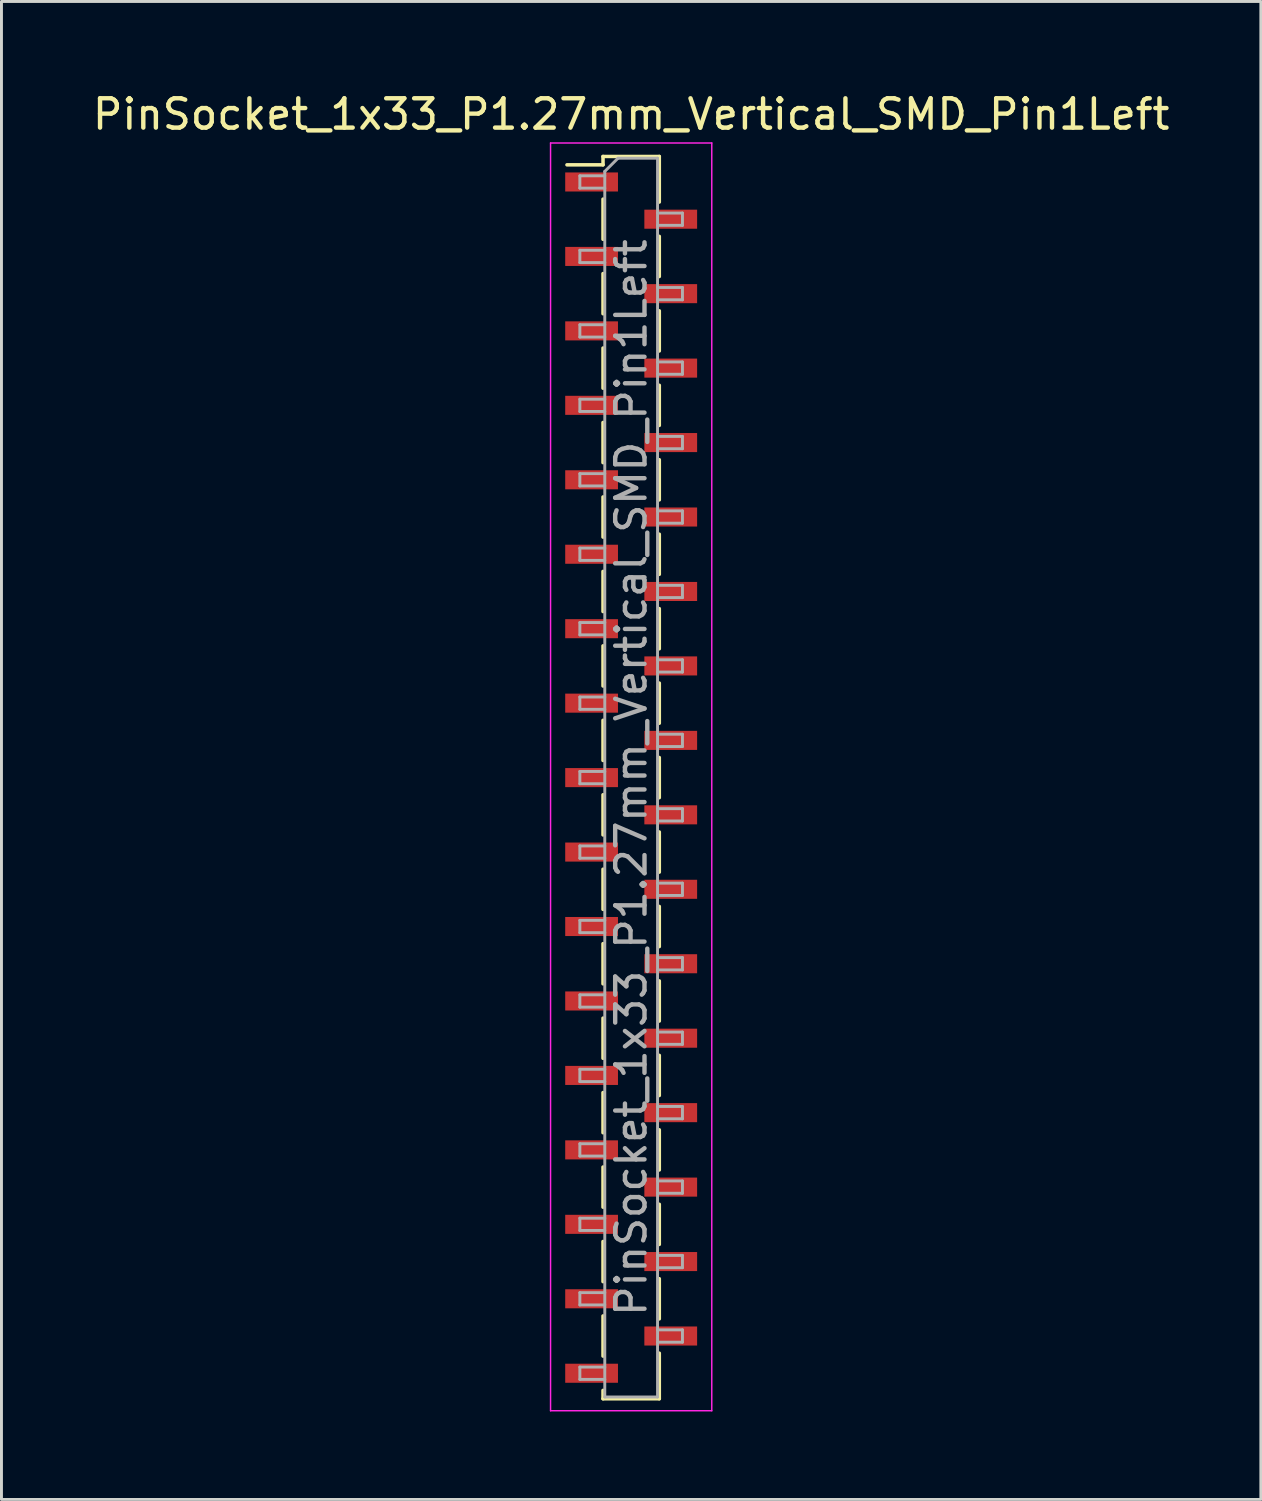
<source format=kicad_pcb>
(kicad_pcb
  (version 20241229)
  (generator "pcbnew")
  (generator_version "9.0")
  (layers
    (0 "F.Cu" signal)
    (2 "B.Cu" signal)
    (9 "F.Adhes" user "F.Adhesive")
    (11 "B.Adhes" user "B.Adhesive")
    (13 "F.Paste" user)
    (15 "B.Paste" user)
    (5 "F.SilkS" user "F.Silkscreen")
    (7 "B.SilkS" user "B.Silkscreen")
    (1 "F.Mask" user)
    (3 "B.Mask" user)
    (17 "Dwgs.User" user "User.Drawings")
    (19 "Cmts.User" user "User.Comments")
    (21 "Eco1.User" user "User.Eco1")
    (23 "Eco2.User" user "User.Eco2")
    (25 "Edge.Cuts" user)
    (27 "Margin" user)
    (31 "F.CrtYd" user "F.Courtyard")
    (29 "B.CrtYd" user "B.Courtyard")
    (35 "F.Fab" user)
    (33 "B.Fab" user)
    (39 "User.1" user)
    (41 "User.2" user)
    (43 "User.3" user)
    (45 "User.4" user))
  (footprint "PinSocket_1x33_P1.27mm_Vertical_SMD_Pin1Left"
    (layer "F.Cu")
    (at 18.482 23.478)
    (property "Reference" "PinSocket_1x33_P1.27mm_Vertical_SMD_Pin1Left" (at 0 -22.63 0) (layer "F.SilkS") (effects (font (size 1 1) (thickness 0.15))))
    (attr smd)
    (fp_line (start -2.19 -20.905) (end -0.96 -20.905) (stroke (width 0.12) (type solid)) (layer "F.SilkS"))
    (fp_line (start -0.96 -21.19) (end -0.96 -20.905) (stroke (width 0.12) (type solid)) (layer "F.SilkS"))
    (fp_line (start -0.96 -21.19) (end 0.96 -21.19) (stroke (width 0.12) (type solid)) (layer "F.SilkS"))
    (fp_line (start -0.96 -19.735) (end -0.96 -18.365) (stroke (width 0.12) (type solid)) (layer "F.SilkS"))
    (fp_line (start -0.96 -17.195) (end -0.96 -15.825) (stroke (width 0.12) (type solid)) (layer "F.SilkS"))
    (fp_line (start -0.96 -14.655) (end -0.96 -13.285) (stroke (width 0.12) (type solid)) (layer "F.SilkS"))
    (fp_line (start -0.96 -12.115) (end -0.96 -10.745) (stroke (width 0.12) (type solid)) (layer "F.SilkS"))
    (fp_line (start -0.96 -9.575) (end -0.96 -8.205) (stroke (width 0.12) (type solid)) (layer "F.SilkS"))
    (fp_line (start -0.96 -7.035) (end -0.96 -5.665) (stroke (width 0.12) (type solid)) (layer "F.SilkS"))
    (fp_line (start -0.96 -4.495) (end -0.96 -3.125) (stroke (width 0.12) (type solid)) (layer "F.SilkS"))
    (fp_line (start -0.96 -1.955) (end -0.96 -0.585) (stroke (width 0.12) (type solid)) (layer "F.SilkS"))
    (fp_line (start -0.96 0.585) (end -0.96 1.955) (stroke (width 0.12) (type solid)) (layer "F.SilkS"))
    (fp_line (start -0.96 3.125) (end -0.96 4.495) (stroke (width 0.12) (type solid)) (layer "F.SilkS"))
    (fp_line (start -0.96 5.665) (end -0.96 7.035) (stroke (width 0.12) (type solid)) (layer "F.SilkS"))
    (fp_line (start -0.96 8.205) (end -0.96 9.575) (stroke (width 0.12) (type solid)) (layer "F.SilkS"))
    (fp_line (start -0.96 10.745) (end -0.96 12.115) (stroke (width 0.12) (type solid)) (layer "F.SilkS"))
    (fp_line (start -0.96 13.285) (end -0.96 14.655) (stroke (width 0.12) (type solid)) (layer "F.SilkS"))
    (fp_line (start -0.96 15.825) (end -0.96 17.195) (stroke (width 0.12) (type solid)) (layer "F.SilkS"))
    (fp_line (start -0.96 18.365) (end -0.96 19.735) (stroke (width 0.12) (type solid)) (layer "F.SilkS"))
    (fp_line (start -0.96 20.905) (end -0.96 21.19) (stroke (width 0.12) (type solid)) (layer "F.SilkS"))
    (fp_line (start -0.96 21.19) (end 0.96 21.19) (stroke (width 0.12) (type solid)) (layer "F.SilkS"))
    (fp_line (start 0.96 -21.19) (end 0.96 -19.635) (stroke (width 0.12) (type solid)) (layer "F.SilkS"))
    (fp_line (start 0.96 -18.465) (end 0.96 -17.095) (stroke (width 0.12) (type solid)) (layer "F.SilkS"))
    (fp_line (start 0.96 -15.925) (end 0.96 -14.555) (stroke (width 0.12) (type solid)) (layer "F.SilkS"))
    (fp_line (start 0.96 -13.385) (end 0.96 -12.015) (stroke (width 0.12) (type solid)) (layer "F.SilkS"))
    (fp_line (start 0.96 -10.845) (end 0.96 -9.475) (stroke (width 0.12) (type solid)) (layer "F.SilkS"))
    (fp_line (start 0.96 -8.305) (end 0.96 -6.935) (stroke (width 0.12) (type solid)) (layer "F.SilkS"))
    (fp_line (start 0.96 -5.765) (end 0.96 -4.395) (stroke (width 0.12) (type solid)) (layer "F.SilkS"))
    (fp_line (start 0.96 -3.225) (end 0.96 -1.855) (stroke (width 0.12) (type solid)) (layer "F.SilkS"))
    (fp_line (start 0.96 -0.685) (end 0.96 0.685) (stroke (width 0.12) (type solid)) (layer "F.SilkS"))
    (fp_line (start 0.96 1.855) (end 0.96 3.225) (stroke (width 0.12) (type solid)) (layer "F.SilkS"))
    (fp_line (start 0.96 4.395) (end 0.96 5.765) (stroke (width 0.12) (type solid)) (layer "F.SilkS"))
    (fp_line (start 0.96 6.935) (end 0.96 8.305) (stroke (width 0.12) (type solid)) (layer "F.SilkS"))
    (fp_line (start 0.96 9.475) (end 0.96 10.845) (stroke (width 0.12) (type solid)) (layer "F.SilkS"))
    (fp_line (start 0.96 12.015) (end 0.96 13.385) (stroke (width 0.12) (type solid)) (layer "F.SilkS"))
    (fp_line (start 0.96 14.555) (end 0.96 15.925) (stroke (width 0.12) (type solid)) (layer "F.SilkS"))
    (fp_line (start 0.96 17.095) (end 0.96 18.465) (stroke (width 0.12) (type solid)) (layer "F.SilkS"))
    (fp_line (start 0.96 19.635) (end 0.96 21.19) (stroke (width 0.12) (type solid)) (layer "F.SilkS"))
    (fp_line (start -2.75 -21.65) (end 2.75 -21.65) (stroke (width 0.05) (type solid)) (layer "F.CrtYd"))
    (fp_line (start -2.75 21.6) (end -2.75 -21.65) (stroke (width 0.05) (type solid)) (layer "F.CrtYd"))
    (fp_line (start 2.75 -21.65) (end 2.75 21.6) (stroke (width 0.05) (type solid)) (layer "F.CrtYd"))
    (fp_line (start 2.75 21.6) (end -2.75 21.6) (stroke (width 0.05) (type solid)) (layer "F.CrtYd"))
    (fp_line (start -1.75 -20.53) (end -0.9 -20.53) (stroke (width 0.1) (type solid)) (layer "F.Fab"))
    (fp_line (start -1.75 -20.11) (end -1.75 -20.53) (stroke (width 0.1) (type solid)) (layer "F.Fab"))
    (fp_line (start -1.75 -17.99) (end -0.9 -17.99) (stroke (width 0.1) (type solid)) (layer "F.Fab"))
    (fp_line (start -1.75 -17.57) (end -1.75 -17.99) (stroke (width 0.1) (type solid)) (layer "F.Fab"))
    (fp_line (start -1.75 -15.45) (end -0.9 -15.45) (stroke (width 0.1) (type solid)) (layer "F.Fab"))
    (fp_line (start -1.75 -15.03) (end -1.75 -15.45) (stroke (width 0.1) (type solid)) (layer "F.Fab"))
    (fp_line (start -1.75 -12.91) (end -0.9 -12.91) (stroke (width 0.1) (type solid)) (layer "F.Fab"))
    (fp_line (start -1.75 -12.49) (end -1.75 -12.91) (stroke (width 0.1) (type solid)) (layer "F.Fab"))
    (fp_line (start -1.75 -10.37) (end -0.9 -10.37) (stroke (width 0.1) (type solid)) (layer "F.Fab"))
    (fp_line (start -1.75 -9.95) (end -1.75 -10.37) (stroke (width 0.1) (type solid)) (layer "F.Fab"))
    (fp_line (start -1.75 -7.83) (end -0.9 -7.83) (stroke (width 0.1) (type solid)) (layer "F.Fab"))
    (fp_line (start -1.75 -7.41) (end -1.75 -7.83) (stroke (width 0.1) (type solid)) (layer "F.Fab"))
    (fp_line (start -1.75 -5.29) (end -0.9 -5.29) (stroke (width 0.1) (type solid)) (layer "F.Fab"))
    (fp_line (start -1.75 -4.87) (end -1.75 -5.29) (stroke (width 0.1) (type solid)) (layer "F.Fab"))
    (fp_line (start -1.75 -2.75) (end -0.9 -2.75) (stroke (width 0.1) (type solid)) (layer "F.Fab"))
    (fp_line (start -1.75 -2.33) (end -1.75 -2.75) (stroke (width 0.1) (type solid)) (layer "F.Fab"))
    (fp_line (start -1.75 -0.21) (end -0.9 -0.21) (stroke (width 0.1) (type solid)) (layer "F.Fab"))
    (fp_line (start -1.75 0.21) (end -1.75 -0.21) (stroke (width 0.1) (type solid)) (layer "F.Fab"))
    (fp_line (start -1.75 2.33) (end -0.9 2.33) (stroke (width 0.1) (type solid)) (layer "F.Fab"))
    (fp_line (start -1.75 2.75) (end -1.75 2.33) (stroke (width 0.1) (type solid)) (layer "F.Fab"))
    (fp_line (start -1.75 4.87) (end -0.9 4.87) (stroke (width 0.1) (type solid)) (layer "F.Fab"))
    (fp_line (start -1.75 5.29) (end -1.75 4.87) (stroke (width 0.1) (type solid)) (layer "F.Fab"))
    (fp_line (start -1.75 7.41) (end -0.9 7.41) (stroke (width 0.1) (type solid)) (layer "F.Fab"))
    (fp_line (start -1.75 7.83) (end -1.75 7.41) (stroke (width 0.1) (type solid)) (layer "F.Fab"))
    (fp_line (start -1.75 9.95) (end -0.9 9.95) (stroke (width 0.1) (type solid)) (layer "F.Fab"))
    (fp_line (start -1.75 10.37) (end -1.75 9.95) (stroke (width 0.1) (type solid)) (layer "F.Fab"))
    (fp_line (start -1.75 12.49) (end -0.9 12.49) (stroke (width 0.1) (type solid)) (layer "F.Fab"))
    (fp_line (start -1.75 12.91) (end -1.75 12.49) (stroke (width 0.1) (type solid)) (layer "F.Fab"))
    (fp_line (start -1.75 15.03) (end -0.9 15.03) (stroke (width 0.1) (type solid)) (layer "F.Fab"))
    (fp_line (start -1.75 15.45) (end -1.75 15.03) (stroke (width 0.1) (type solid)) (layer "F.Fab"))
    (fp_line (start -1.75 17.57) (end -0.9 17.57) (stroke (width 0.1) (type solid)) (layer "F.Fab"))
    (fp_line (start -1.75 17.99) (end -1.75 17.57) (stroke (width 0.1) (type solid)) (layer "F.Fab"))
    (fp_line (start -1.75 20.11) (end -0.9 20.11) (stroke (width 0.1) (type solid)) (layer "F.Fab"))
    (fp_line (start -1.75 20.53) (end -1.75 20.11) (stroke (width 0.1) (type solid)) (layer "F.Fab"))
    (fp_line (start -0.9 -20.68) (end -0.45 -21.13) (stroke (width 0.1) (type solid)) (layer "F.Fab"))
    (fp_line (start -0.9 -20.11) (end -1.75 -20.11) (stroke (width 0.1) (type solid)) (layer "F.Fab"))
    (fp_line (start -0.9 -17.57) (end -1.75 -17.57) (stroke (width 0.1) (type solid)) (layer "F.Fab"))
    (fp_line (start -0.9 -15.03) (end -1.75 -15.03) (stroke (width 0.1) (type solid)) (layer "F.Fab"))
    (fp_line (start -0.9 -12.49) (end -1.75 -12.49) (stroke (width 0.1) (type solid)) (layer "F.Fab"))
    (fp_line (start -0.9 -9.95) (end -1.75 -9.95) (stroke (width 0.1) (type solid)) (layer "F.Fab"))
    (fp_line (start -0.9 -7.41) (end -1.75 -7.41) (stroke (width 0.1) (type solid)) (layer "F.Fab"))
    (fp_line (start -0.9 -4.87) (end -1.75 -4.87) (stroke (width 0.1) (type solid)) (layer "F.Fab"))
    (fp_line (start -0.9 -2.33) (end -1.75 -2.33) (stroke (width 0.1) (type solid)) (layer "F.Fab"))
    (fp_line (start -0.9 0.21) (end -1.75 0.21) (stroke (width 0.1) (type solid)) (layer "F.Fab"))
    (fp_line (start -0.9 2.75) (end -1.75 2.75) (stroke (width 0.1) (type solid)) (layer "F.Fab"))
    (fp_line (start -0.9 5.29) (end -1.75 5.29) (stroke (width 0.1) (type solid)) (layer "F.Fab"))
    (fp_line (start -0.9 7.83) (end -1.75 7.83) (stroke (width 0.1) (type solid)) (layer "F.Fab"))
    (fp_line (start -0.9 10.37) (end -1.75 10.37) (stroke (width 0.1) (type solid)) (layer "F.Fab"))
    (fp_line (start -0.9 12.91) (end -1.75 12.91) (stroke (width 0.1) (type solid)) (layer "F.Fab"))
    (fp_line (start -0.9 15.45) (end -1.75 15.45) (stroke (width 0.1) (type solid)) (layer "F.Fab"))
    (fp_line (start -0.9 17.99) (end -1.75 17.99) (stroke (width 0.1) (type solid)) (layer "F.Fab"))
    (fp_line (start -0.9 20.53) (end -1.75 20.53) (stroke (width 0.1) (type solid)) (layer "F.Fab"))
    (fp_line (start -0.9 21.13) (end -0.9 -20.68) (stroke (width 0.1) (type solid)) (layer "F.Fab"))
    (fp_line (start -0.45 -21.13) (end 0.9 -21.13) (stroke (width 0.1) (type solid)) (layer "F.Fab"))
    (fp_line (start 0.9 -21.13) (end 0.9 21.13) (stroke (width 0.1) (type solid)) (layer "F.Fab"))
    (fp_line (start 0.9 -19.26) (end 1.75 -19.26) (stroke (width 0.1) (type solid)) (layer "F.Fab"))
    (fp_line (start 0.9 -16.72) (end 1.75 -16.72) (stroke (width 0.1) (type solid)) (layer "F.Fab"))
    (fp_line (start 0.9 -14.18) (end 1.75 -14.18) (stroke (width 0.1) (type solid)) (layer "F.Fab"))
    (fp_line (start 0.9 -11.64) (end 1.75 -11.64) (stroke (width 0.1) (type solid)) (layer "F.Fab"))
    (fp_line (start 0.9 -9.1) (end 1.75 -9.1) (stroke (width 0.1) (type solid)) (layer "F.Fab"))
    (fp_line (start 0.9 -6.56) (end 1.75 -6.56) (stroke (width 0.1) (type solid)) (layer "F.Fab"))
    (fp_line (start 0.9 -4.02) (end 1.75 -4.02) (stroke (width 0.1) (type solid)) (layer "F.Fab"))
    (fp_line (start 0.9 -1.48) (end 1.75 -1.48) (stroke (width 0.1) (type solid)) (layer "F.Fab"))
    (fp_line (start 0.9 1.06) (end 1.75 1.06) (stroke (width 0.1) (type solid)) (layer "F.Fab"))
    (fp_line (start 0.9 3.6) (end 1.75 3.6) (stroke (width 0.1) (type solid)) (layer "F.Fab"))
    (fp_line (start 0.9 6.14) (end 1.75 6.14) (stroke (width 0.1) (type solid)) (layer "F.Fab"))
    (fp_line (start 0.9 8.68) (end 1.75 8.68) (stroke (width 0.1) (type solid)) (layer "F.Fab"))
    (fp_line (start 0.9 11.22) (end 1.75 11.22) (stroke (width 0.1) (type solid)) (layer "F.Fab"))
    (fp_line (start 0.9 13.76) (end 1.75 13.76) (stroke (width 0.1) (type solid)) (layer "F.Fab"))
    (fp_line (start 0.9 16.3) (end 1.75 16.3) (stroke (width 0.1) (type solid)) (layer "F.Fab"))
    (fp_line (start 0.9 18.84) (end 1.75 18.84) (stroke (width 0.1) (type solid)) (layer "F.Fab"))
    (fp_line (start 0.9 21.13) (end -0.9 21.13) (stroke (width 0.1) (type solid)) (layer "F.Fab"))
    (fp_line (start 1.75 -19.26) (end 1.75 -18.84) (stroke (width 0.1) (type solid)) (layer "F.Fab"))
    (fp_line (start 1.75 -18.84) (end 0.9 -18.84) (stroke (width 0.1) (type solid)) (layer "F.Fab"))
    (fp_line (start 1.75 -16.72) (end 1.75 -16.3) (stroke (width 0.1) (type solid)) (layer "F.Fab"))
    (fp_line (start 1.75 -16.3) (end 0.9 -16.3) (stroke (width 0.1) (type solid)) (layer "F.Fab"))
    (fp_line (start 1.75 -14.18) (end 1.75 -13.76) (stroke (width 0.1) (type solid)) (layer "F.Fab"))
    (fp_line (start 1.75 -13.76) (end 0.9 -13.76) (stroke (width 0.1) (type solid)) (layer "F.Fab"))
    (fp_line (start 1.75 -11.64) (end 1.75 -11.22) (stroke (width 0.1) (type solid)) (layer "F.Fab"))
    (fp_line (start 1.75 -11.22) (end 0.9 -11.22) (stroke (width 0.1) (type solid)) (layer "F.Fab"))
    (fp_line (start 1.75 -9.1) (end 1.75 -8.68) (stroke (width 0.1) (type solid)) (layer "F.Fab"))
    (fp_line (start 1.75 -8.68) (end 0.9 -8.68) (stroke (width 0.1) (type solid)) (layer "F.Fab"))
    (fp_line (start 1.75 -6.56) (end 1.75 -6.14) (stroke (width 0.1) (type solid)) (layer "F.Fab"))
    (fp_line (start 1.75 -6.14) (end 0.9 -6.14) (stroke (width 0.1) (type solid)) (layer "F.Fab"))
    (fp_line (start 1.75 -4.02) (end 1.75 -3.6) (stroke (width 0.1) (type solid)) (layer "F.Fab"))
    (fp_line (start 1.75 -3.6) (end 0.9 -3.6) (stroke (width 0.1) (type solid)) (layer "F.Fab"))
    (fp_line (start 1.75 -1.48) (end 1.75 -1.06) (stroke (width 0.1) (type solid)) (layer "F.Fab"))
    (fp_line (start 1.75 -1.06) (end 0.9 -1.06) (stroke (width 0.1) (type solid)) (layer "F.Fab"))
    (fp_line (start 1.75 1.06) (end 1.75 1.48) (stroke (width 0.1) (type solid)) (layer "F.Fab"))
    (fp_line (start 1.75 1.48) (end 0.9 1.48) (stroke (width 0.1) (type solid)) (layer "F.Fab"))
    (fp_line (start 1.75 3.6) (end 1.75 4.02) (stroke (width 0.1) (type solid)) (layer "F.Fab"))
    (fp_line (start 1.75 4.02) (end 0.9 4.02) (stroke (width 0.1) (type solid)) (layer "F.Fab"))
    (fp_line (start 1.75 6.14) (end 1.75 6.56) (stroke (width 0.1) (type solid)) (layer "F.Fab"))
    (fp_line (start 1.75 6.56) (end 0.9 6.56) (stroke (width 0.1) (type solid)) (layer "F.Fab"))
    (fp_line (start 1.75 8.68) (end 1.75 9.1) (stroke (width 0.1) (type solid)) (layer "F.Fab"))
    (fp_line (start 1.75 9.1) (end 0.9 9.1) (stroke (width 0.1) (type solid)) (layer "F.Fab"))
    (fp_line (start 1.75 11.22) (end 1.75 11.64) (stroke (width 0.1) (type solid)) (layer "F.Fab"))
    (fp_line (start 1.75 11.64) (end 0.9 11.64) (stroke (width 0.1) (type solid)) (layer "F.Fab"))
    (fp_line (start 1.75 13.76) (end 1.75 14.18) (stroke (width 0.1) (type solid)) (layer "F.Fab"))
    (fp_line (start 1.75 14.18) (end 0.9 14.18) (stroke (width 0.1) (type solid)) (layer "F.Fab"))
    (fp_line (start 1.75 16.3) (end 1.75 16.72) (stroke (width 0.1) (type solid)) (layer "F.Fab"))
    (fp_line (start 1.75 16.72) (end 0.9 16.72) (stroke (width 0.1) (type solid)) (layer "F.Fab"))
    (fp_line (start 1.75 18.84) (end 1.75 19.26) (stroke (width 0.1) (type solid)) (layer "F.Fab"))
    (fp_line (start 1.75 19.26) (end 0.9 19.26) (stroke (width 0.1) (type solid)) (layer "F.Fab"))
    (fp_text user "${REFERENCE}" (at 0 0 90) (layer "F.Fab") (effects (font (size 1 1) (thickness 0.15))))
    (pad "1" smd rect (at -1.35 -20.32) (size 1.8 0.65) (layers "F.Cu" "F.Mask" "F.Paste"))
    (pad "2" smd rect (at 1.35 -19.05) (size 1.8 0.65) (layers "F.Cu" "F.Mask" "F.Paste"))
    (pad "3" smd rect (at -1.35 -17.78) (size 1.8 0.65) (layers "F.Cu" "F.Mask" "F.Paste"))
    (pad "4" smd rect (at 1.35 -16.51) (size 1.8 0.65) (layers "F.Cu" "F.Mask" "F.Paste"))
    (pad "5" smd rect (at -1.35 -15.24) (size 1.8 0.65) (layers "F.Cu" "F.Mask" "F.Paste"))
    (pad "6" smd rect (at 1.35 -13.97) (size 1.8 0.65) (layers "F.Cu" "F.Mask" "F.Paste"))
    (pad "7" smd rect (at -1.35 -12.7) (size 1.8 0.65) (layers "F.Cu" "F.Mask" "F.Paste"))
    (pad "8" smd rect (at 1.35 -11.43) (size 1.8 0.65) (layers "F.Cu" "F.Mask" "F.Paste"))
    (pad "9" smd rect (at -1.35 -10.16) (size 1.8 0.65) (layers "F.Cu" "F.Mask" "F.Paste"))
    (pad "10" smd rect (at 1.35 -8.89) (size 1.8 0.65) (layers "F.Cu" "F.Mask" "F.Paste"))
    (pad "11" smd rect (at -1.35 -7.62) (size 1.8 0.65) (layers "F.Cu" "F.Mask" "F.Paste"))
    (pad "12" smd rect (at 1.35 -6.35) (size 1.8 0.65) (layers "F.Cu" "F.Mask" "F.Paste"))
    (pad "13" smd rect (at -1.35 -5.08) (size 1.8 0.65) (layers "F.Cu" "F.Mask" "F.Paste"))
    (pad "14" smd rect (at 1.35 -3.81) (size 1.8 0.65) (layers "F.Cu" "F.Mask" "F.Paste"))
    (pad "15" smd rect (at -1.35 -2.54) (size 1.8 0.65) (layers "F.Cu" "F.Mask" "F.Paste"))
    (pad "16" smd rect (at 1.35 -1.27) (size 1.8 0.65) (layers "F.Cu" "F.Mask" "F.Paste"))
    (pad "17" smd rect (at -1.35 0) (size 1.8 0.65) (layers "F.Cu" "F.Mask" "F.Paste"))
    (pad "18" smd rect (at 1.35 1.27) (size 1.8 0.65) (layers "F.Cu" "F.Mask" "F.Paste"))
    (pad "19" smd rect (at -1.35 2.54) (size 1.8 0.65) (layers "F.Cu" "F.Mask" "F.Paste"))
    (pad "20" smd rect (at 1.35 3.81) (size 1.8 0.65) (layers "F.Cu" "F.Mask" "F.Paste"))
    (pad "21" smd rect (at -1.35 5.08) (size 1.8 0.65) (layers "F.Cu" "F.Mask" "F.Paste"))
    (pad "22" smd rect (at 1.35 6.35) (size 1.8 0.65) (layers "F.Cu" "F.Mask" "F.Paste"))
    (pad "23" smd rect (at -1.35 7.62) (size 1.8 0.65) (layers "F.Cu" "F.Mask" "F.Paste"))
    (pad "24" smd rect (at 1.35 8.89) (size 1.8 0.65) (layers "F.Cu" "F.Mask" "F.Paste"))
    (pad "25" smd rect (at -1.35 10.16) (size 1.8 0.65) (layers "F.Cu" "F.Mask" "F.Paste"))
    (pad "26" smd rect (at 1.35 11.43) (size 1.8 0.65) (layers "F.Cu" "F.Mask" "F.Paste"))
    (pad "27" smd rect (at -1.35 12.7) (size 1.8 0.65) (layers "F.Cu" "F.Mask" "F.Paste"))
    (pad "28" smd rect (at 1.35 13.97) (size 1.8 0.65) (layers "F.Cu" "F.Mask" "F.Paste"))
    (pad "29" smd rect (at -1.35 15.24) (size 1.8 0.65) (layers "F.Cu" "F.Mask" "F.Paste"))
    (pad "30" smd rect (at 1.35 16.51) (size 1.8 0.65) (layers "F.Cu" "F.Mask" "F.Paste"))
    (pad "31" smd rect (at -1.35 17.78) (size 1.8 0.65) (layers "F.Cu" "F.Mask" "F.Paste"))
    (pad "32" smd rect (at 1.35 19.05) (size 1.8 0.65) (layers "F.Cu" "F.Mask" "F.Paste"))
    (pad "33" smd rect (at -1.35 20.32) (size 1.8 0.65) (layers "F.Cu" "F.Mask" "F.Paste")))
  (gr_rect
    (start -3 -3)
    (end 39.964 48.103)
    (stroke (width 0.1) (type default))
    (fill no)
    (layer "Edge.Cuts")))
</source>
